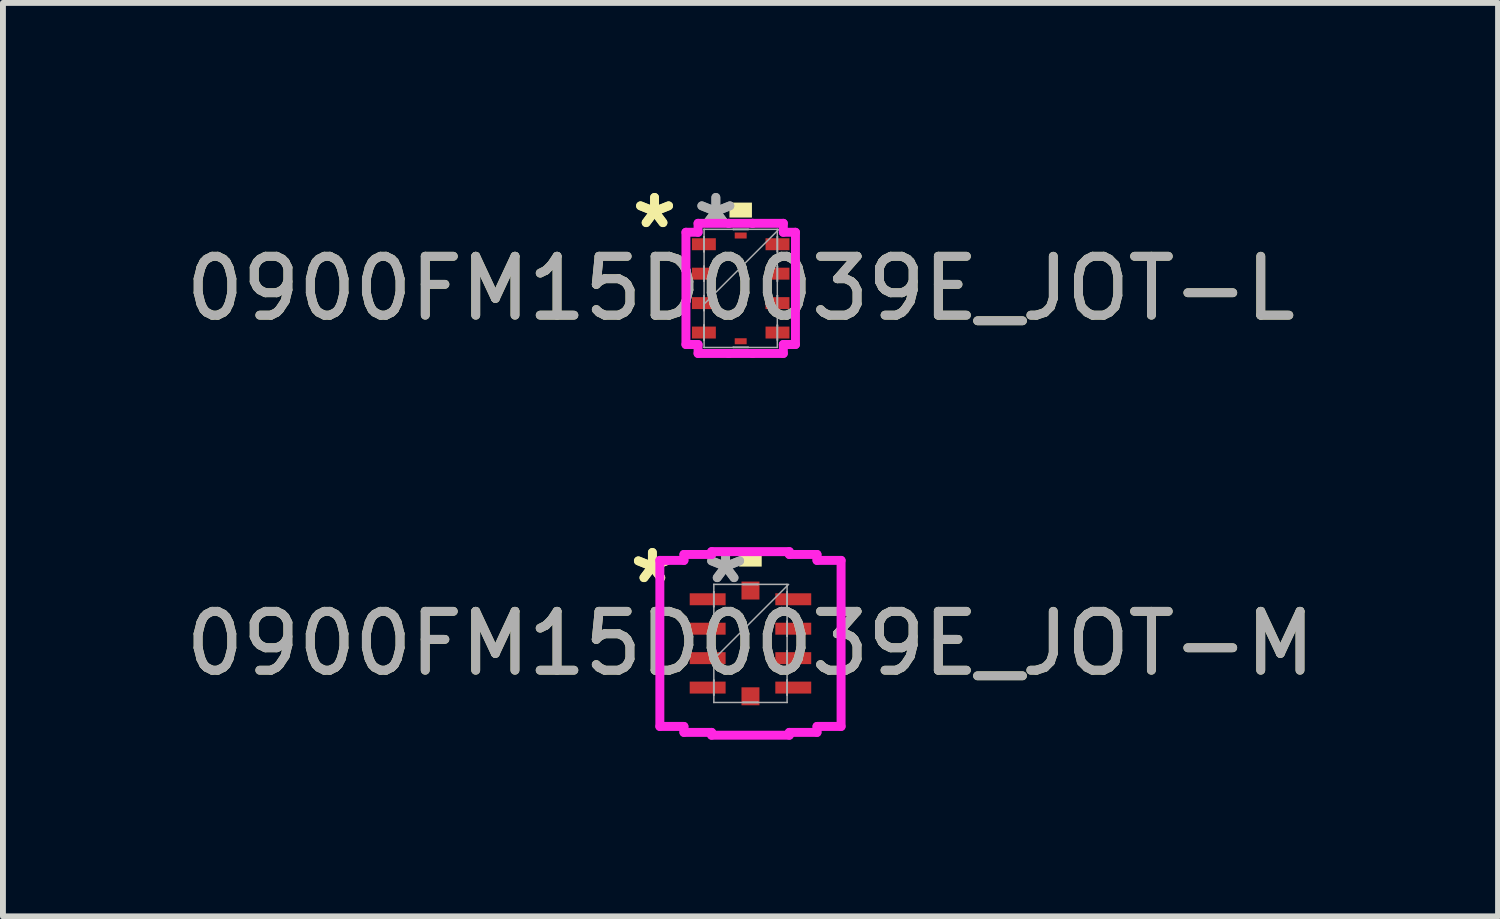
<source format=kicad_pcb>
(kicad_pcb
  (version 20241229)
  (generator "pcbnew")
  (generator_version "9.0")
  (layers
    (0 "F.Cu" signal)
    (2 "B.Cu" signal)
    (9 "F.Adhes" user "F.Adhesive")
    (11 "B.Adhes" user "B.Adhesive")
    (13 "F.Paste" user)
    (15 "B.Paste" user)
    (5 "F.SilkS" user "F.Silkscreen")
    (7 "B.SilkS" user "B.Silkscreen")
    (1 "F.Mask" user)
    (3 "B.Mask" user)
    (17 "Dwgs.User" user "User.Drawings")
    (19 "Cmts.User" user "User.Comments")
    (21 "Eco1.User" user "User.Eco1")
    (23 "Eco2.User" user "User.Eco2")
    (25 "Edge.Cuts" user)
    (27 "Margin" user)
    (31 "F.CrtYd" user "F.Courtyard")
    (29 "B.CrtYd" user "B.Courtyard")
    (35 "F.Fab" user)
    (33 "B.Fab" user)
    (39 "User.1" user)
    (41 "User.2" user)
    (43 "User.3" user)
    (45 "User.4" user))
  (footprint "0900FM15D0039E_JOT-L"
    (layer "F.Cu")
    (at 9.53 1.848)
    (property "Reference" "0900FM15D0039E_JOT-L" (at 0 0 0) (unlocked yes) (layer "F.SilkS") (effects (font (size 1 1) (thickness 0.15))))
    (attr smd)
    (fp_poly (pts (xy -0.191 -1.203) (xy -0.191 -1.457) (xy 0.191 -1.457) (xy 0.191 -1.203)) (stroke (width 0) (type solid)) (fill yes) (layer "F.SilkS"))
    (fp_line (start -0.93 -0.953) (end -0.724 -0.953) (stroke (width 0.152) (type solid)) (layer "F.CrtYd"))
    (fp_line (start -0.93 0.953) (end -0.93 -0.953) (stroke (width 0.152) (type solid)) (layer "F.CrtYd"))
    (fp_line (start -0.724 -1.105) (end -0.203 -1.105) (stroke (width 0.152) (type solid)) (layer "F.CrtYd"))
    (fp_line (start -0.724 -0.953) (end -0.724 -1.105) (stroke (width 0.152) (type solid)) (layer "F.CrtYd"))
    (fp_line (start -0.724 0.953) (end -0.93 0.953) (stroke (width 0.152) (type solid)) (layer "F.CrtYd"))
    (fp_line (start -0.724 1.105) (end -0.724 0.953) (stroke (width 0.152) (type solid)) (layer "F.CrtYd"))
    (fp_line (start -0.203 -1.105) (end -0.203 -1.105) (stroke (width 0.152) (type solid)) (layer "F.CrtYd"))
    (fp_line (start -0.203 -1.105) (end 0.203 -1.105) (stroke (width 0.152) (type solid)) (layer "F.CrtYd"))
    (fp_line (start -0.203 1.105) (end -0.724 1.105) (stroke (width 0.152) (type solid)) (layer "F.CrtYd"))
    (fp_line (start -0.203 1.105) (end -0.203 1.105) (stroke (width 0.152) (type solid)) (layer "F.CrtYd"))
    (fp_line (start 0.203 -1.105) (end 0.203 -1.105) (stroke (width 0.152) (type solid)) (layer "F.CrtYd"))
    (fp_line (start 0.203 -1.105) (end 0.724 -1.105) (stroke (width 0.152) (type solid)) (layer "F.CrtYd"))
    (fp_line (start 0.203 1.105) (end -0.203 1.105) (stroke (width 0.152) (type solid)) (layer "F.CrtYd"))
    (fp_line (start 0.203 1.105) (end 0.203 1.105) (stroke (width 0.152) (type solid)) (layer "F.CrtYd"))
    (fp_line (start 0.724 -1.105) (end 0.724 -0.953) (stroke (width 0.152) (type solid)) (layer "F.CrtYd"))
    (fp_line (start 0.724 -0.953) (end 0.93 -0.953) (stroke (width 0.152) (type solid)) (layer "F.CrtYd"))
    (fp_line (start 0.724 0.953) (end 0.724 1.105) (stroke (width 0.152) (type solid)) (layer "F.CrtYd"))
    (fp_line (start 0.724 1.105) (end 0.203 1.105) (stroke (width 0.152) (type solid)) (layer "F.CrtYd"))
    (fp_line (start 0.93 -0.953) (end 0.93 0.953) (stroke (width 0.152) (type solid)) (layer "F.CrtYd"))
    (fp_line (start 0.93 0.953) (end 0.724 0.953) (stroke (width 0.152) (type solid)) (layer "F.CrtYd"))
    (fp_line (start -0.625 -0.877) (end -0.625 -0.623) (stroke (width 0.025) (type solid)) (layer "F.Fab"))
    (fp_line (start -0.625 -0.623) (end -0.622 -0.623) (stroke (width 0.025) (type solid)) (layer "F.Fab"))
    (fp_line (start -0.625 -0.377) (end -0.625 -0.123) (stroke (width 0.025) (type solid)) (layer "F.Fab"))
    (fp_line (start -0.625 -0.123) (end -0.622 -0.123) (stroke (width 0.025) (type solid)) (layer "F.Fab"))
    (fp_line (start -0.625 0.123) (end -0.625 0.377) (stroke (width 0.025) (type solid)) (layer "F.Fab"))
    (fp_line (start -0.625 0.377) (end -0.622 0.377) (stroke (width 0.025) (type solid)) (layer "F.Fab"))
    (fp_line (start -0.625 0.623) (end -0.625 0.877) (stroke (width 0.025) (type solid)) (layer "F.Fab"))
    (fp_line (start -0.625 0.877) (end -0.622 0.877) (stroke (width 0.025) (type solid)) (layer "F.Fab"))
    (fp_line (start -0.622 -1.003) (end -0.622 -1.003) (stroke (width 0.025) (type solid)) (layer "F.Fab"))
    (fp_line (start -0.622 -1.003) (end -0.622 1.003) (stroke (width 0.025) (type solid)) (layer "F.Fab"))
    (fp_line (start -0.622 -0.877) (end -0.625 -0.877) (stroke (width 0.025) (type solid)) (layer "F.Fab"))
    (fp_line (start -0.622 -0.623) (end -0.622 -0.877) (stroke (width 0.025) (type solid)) (layer "F.Fab"))
    (fp_line (start -0.622 -0.377) (end -0.625 -0.377) (stroke (width 0.025) (type solid)) (layer "F.Fab"))
    (fp_line (start -0.622 -0.123) (end -0.622 -0.377) (stroke (width 0.025) (type solid)) (layer "F.Fab"))
    (fp_line (start -0.622 0.123) (end -0.625 0.123) (stroke (width 0.025) (type solid)) (layer "F.Fab"))
    (fp_line (start -0.622 0.267) (end 0.648 -1.003) (stroke (width 0.025) (type solid)) (layer "F.Fab"))
    (fp_line (start -0.622 0.377) (end -0.622 0.123) (stroke (width 0.025) (type solid)) (layer "F.Fab"))
    (fp_line (start -0.622 0.623) (end -0.625 0.623) (stroke (width 0.025) (type solid)) (layer "F.Fab"))
    (fp_line (start -0.622 0.877) (end -0.622 0.623) (stroke (width 0.025) (type solid)) (layer "F.Fab"))
    (fp_line (start -0.622 1.003) (end -0.622 1.003) (stroke (width 0.025) (type solid)) (layer "F.Fab"))
    (fp_line (start -0.622 1.003) (end 0.622 1.003) (stroke (width 0.025) (type solid)) (layer "F.Fab"))
    (fp_line (start -0.127 -1.003) (end 0.127 -1.003) (stroke (width 0.025) (type solid)) (layer "F.Fab"))
    (fp_line (start -0.127 -1) (end -0.127 -1.003) (stroke (width 0.025) (type solid)) (layer "F.Fab"))
    (fp_line (start -0.127 1) (end 0.127 1) (stroke (width 0.025) (type solid)) (layer "F.Fab"))
    (fp_line (start -0.127 1.003) (end -0.127 1) (stroke (width 0.025) (type solid)) (layer "F.Fab"))
    (fp_line (start 0.127 -1.003) (end 0.127 -1) (stroke (width 0.025) (type solid)) (layer "F.Fab"))
    (fp_line (start 0.127 -1) (end -0.127 -1) (stroke (width 0.025) (type solid)) (layer "F.Fab"))
    (fp_line (start 0.127 1) (end 0.127 1.003) (stroke (width 0.025) (type solid)) (layer "F.Fab"))
    (fp_line (start 0.127 1.003) (end -0.127 1.003) (stroke (width 0.025) (type solid)) (layer "F.Fab"))
    (fp_line (start 0.622 -1.003) (end -0.622 -1.003) (stroke (width 0.025) (type solid)) (layer "F.Fab"))
    (fp_line (start 0.622 -1.003) (end 0.622 -1.003) (stroke (width 0.025) (type solid)) (layer "F.Fab"))
    (fp_line (start 0.622 -0.877) (end 0.622 -0.623) (stroke (width 0.025) (type solid)) (layer "F.Fab"))
    (fp_line (start 0.622 -0.623) (end 0.625 -0.623) (stroke (width 0.025) (type solid)) (layer "F.Fab"))
    (fp_line (start 0.622 -0.377) (end 0.622 -0.123) (stroke (width 0.025) (type solid)) (layer "F.Fab"))
    (fp_line (start 0.622 -0.123) (end 0.625 -0.123) (stroke (width 0.025) (type solid)) (layer "F.Fab"))
    (fp_line (start 0.622 0.123) (end 0.622 0.377) (stroke (width 0.025) (type solid)) (layer "F.Fab"))
    (fp_line (start 0.622 0.377) (end 0.625 0.377) (stroke (width 0.025) (type solid)) (layer "F.Fab"))
    (fp_line (start 0.622 0.623) (end 0.622 0.877) (stroke (width 0.025) (type solid)) (layer "F.Fab"))
    (fp_line (start 0.622 0.877) (end 0.625 0.877) (stroke (width 0.025) (type solid)) (layer "F.Fab"))
    (fp_line (start 0.622 1.003) (end 0.622 -1.003) (stroke (width 0.025) (type solid)) (layer "F.Fab"))
    (fp_line (start 0.622 1.003) (end 0.622 1.003) (stroke (width 0.025) (type solid)) (layer "F.Fab"))
    (fp_line (start 0.625 -0.877) (end 0.622 -0.877) (stroke (width 0.025) (type solid)) (layer "F.Fab"))
    (fp_line (start 0.625 -0.623) (end 0.625 -0.877) (stroke (width 0.025) (type solid)) (layer "F.Fab"))
    (fp_line (start 0.625 -0.377) (end 0.622 -0.377) (stroke (width 0.025) (type solid)) (layer "F.Fab"))
    (fp_line (start 0.625 -0.123) (end 0.625 -0.377) (stroke (width 0.025) (type solid)) (layer "F.Fab"))
    (fp_line (start 0.625 0.123) (end 0.622 0.123) (stroke (width 0.025) (type solid)) (layer "F.Fab"))
    (fp_line (start 0.625 0.377) (end 0.625 0.123) (stroke (width 0.025) (type solid)) (layer "F.Fab"))
    (fp_line (start 0.625 0.623) (end 0.622 0.623) (stroke (width 0.025) (type solid)) (layer "F.Fab"))
    (fp_line (start 0.625 0.877) (end 0.625 0.623) (stroke (width 0.025) (type solid)) (layer "F.Fab"))
    (fp_text user "*" (at -1.463 -1 0) (unlocked yes) (layer "F.SilkS") (effects (font (size 1 1) (thickness 0.15))))
    (fp_text user "*" (at -1.463 -1 0) (layer "F.SilkS") (effects (font (size 1 1) (thickness 0.15))))
    (fp_text user "*" (at -0.422 -1 0) (unlocked yes) (layer "F.Fab") (effects (font (size 1 1) (thickness 0.15))))
    (fp_text user "*" (at -0.422 -1 0) (layer "F.Fab") (effects (font (size 1 1) (thickness 0.15))))
    (fp_text user "${REFERENCE}" (at 0 0 0) (unlocked yes) (layer "F.Fab") (effects (font (size 1 1) (thickness 0.15))))
    (pad "1" smd rect (at -0.625 -0.75 90) (size 0.203 0.406) (layers "F.Cu" "F.Mask" "F.Paste"))
    (pad "2" smd rect (at -0.625 -0.25 90) (size 0.203 0.406) (layers "F.Cu" "F.Mask" "F.Paste"))
    (pad "3" smd rect (at -0.625 0.25 90) (size 0.203 0.406) (layers "F.Cu" "F.Mask" "F.Paste"))
    (pad "4" smd rect (at -0.625 0.75 90) (size 0.203 0.406) (layers "F.Cu" "F.Mask" "F.Paste"))
    (pad "5" smd rect (at 0 0.898) (size 0.203 0.102) (layers "F.Cu" "F.Mask" "F.Paste"))
    (pad "6" smd rect (at 0.625 0.75 90) (size 0.203 0.406) (layers "F.Cu" "F.Mask" "F.Paste"))
    (pad "7" smd rect (at 0.625 0.25 90) (size 0.203 0.406) (layers "F.Cu" "F.Mask" "F.Paste"))
    (pad "8" smd rect (at 0.625 -0.25 90) (size 0.203 0.406) (layers "F.Cu" "F.Mask" "F.Paste"))
    (pad "9" smd rect (at 0.625 -0.75 90) (size 0.203 0.406) (layers "F.Cu" "F.Mask" "F.Paste"))
    (pad "10" smd rect (at 0 -0.898) (size 0.203 0.102) (layers "F.Cu" "F.Mask" "F.Paste")))
  (footprint "0900FM15D0039E_JOT-M"
    (layer "F.Cu")
    (at 9.696 7.878)
    (property "Reference" "0900FM15D0039E_JOT-M" (at 0 0 0) (unlocked yes) (layer "F.SilkS") (effects (font (size 1 1) (thickness 0.15))))
    (attr smd)
    (fp_poly (pts (xy -0.191 -1.305) (xy -0.191 -1.559) (xy 0.191 -1.559) (xy 0.191 -1.305)) (stroke (width 0) (type solid)) (fill yes) (layer "F.SilkS"))
    (fp_line (start -1.539 -1.41) (end -1.13 -1.41) (stroke (width 0.152) (type solid)) (layer "F.CrtYd"))
    (fp_line (start -1.539 1.41) (end -1.539 -1.41) (stroke (width 0.152) (type solid)) (layer "F.CrtYd"))
    (fp_line (start -1.13 -1.511) (end -0.66 -1.511) (stroke (width 0.152) (type solid)) (layer "F.CrtYd"))
    (fp_line (start -1.13 -1.41) (end -1.13 -1.511) (stroke (width 0.152) (type solid)) (layer "F.CrtYd"))
    (fp_line (start -1.13 1.41) (end -1.539 1.41) (stroke (width 0.152) (type solid)) (layer "F.CrtYd"))
    (fp_line (start -1.13 1.511) (end -1.13 1.41) (stroke (width 0.152) (type solid)) (layer "F.CrtYd"))
    (fp_line (start -0.66 -1.559) (end 0.66 -1.559) (stroke (width 0.152) (type solid)) (layer "F.CrtYd"))
    (fp_line (start -0.66 -1.511) (end -0.66 -1.559) (stroke (width 0.152) (type solid)) (layer "F.CrtYd"))
    (fp_line (start -0.66 1.511) (end -1.13 1.511) (stroke (width 0.152) (type solid)) (layer "F.CrtYd"))
    (fp_line (start -0.66 1.559) (end -0.66 1.511) (stroke (width 0.152) (type solid)) (layer "F.CrtYd"))
    (fp_line (start 0.66 -1.559) (end 0.66 -1.511) (stroke (width 0.152) (type solid)) (layer "F.CrtYd"))
    (fp_line (start 0.66 -1.511) (end 1.13 -1.511) (stroke (width 0.152) (type solid)) (layer "F.CrtYd"))
    (fp_line (start 0.66 1.511) (end 0.66 1.559) (stroke (width 0.152) (type solid)) (layer "F.CrtYd"))
    (fp_line (start 0.66 1.559) (end -0.66 1.559) (stroke (width 0.152) (type solid)) (layer "F.CrtYd"))
    (fp_line (start 1.13 -1.511) (end 1.13 -1.41) (stroke (width 0.152) (type solid)) (layer "F.CrtYd"))
    (fp_line (start 1.13 -1.41) (end 1.539 -1.41) (stroke (width 0.152) (type solid)) (layer "F.CrtYd"))
    (fp_line (start 1.13 1.41) (end 1.13 1.511) (stroke (width 0.152) (type solid)) (layer "F.CrtYd"))
    (fp_line (start 1.13 1.511) (end 0.66 1.511) (stroke (width 0.152) (type solid)) (layer "F.CrtYd"))
    (fp_line (start 1.539 -1.41) (end 1.539 1.41) (stroke (width 0.152) (type solid)) (layer "F.CrtYd"))
    (fp_line (start 1.539 1.41) (end 1.13 1.41) (stroke (width 0.152) (type solid)) (layer "F.CrtYd"))
    (fp_line (start -0.625 -0.877) (end -0.625 -0.623) (stroke (width 0.025) (type solid)) (layer "F.Fab"))
    (fp_line (start -0.625 -0.623) (end -0.622 -0.623) (stroke (width 0.025) (type solid)) (layer "F.Fab"))
    (fp_line (start -0.625 -0.377) (end -0.625 -0.123) (stroke (width 0.025) (type solid)) (layer "F.Fab"))
    (fp_line (start -0.625 -0.123) (end -0.622 -0.123) (stroke (width 0.025) (type solid)) (layer "F.Fab"))
    (fp_line (start -0.625 0.123) (end -0.625 0.377) (stroke (width 0.025) (type solid)) (layer "F.Fab"))
    (fp_line (start -0.625 0.377) (end -0.622 0.377) (stroke (width 0.025) (type solid)) (layer "F.Fab"))
    (fp_line (start -0.625 0.623) (end -0.625 0.877) (stroke (width 0.025) (type solid)) (layer "F.Fab"))
    (fp_line (start -0.625 0.877) (end -0.622 0.877) (stroke (width 0.025) (type solid)) (layer "F.Fab"))
    (fp_line (start -0.622 -1.003) (end -0.622 -1.003) (stroke (width 0.025) (type solid)) (layer "F.Fab"))
    (fp_line (start -0.622 -1.003) (end -0.622 1.003) (stroke (width 0.025) (type solid)) (layer "F.Fab"))
    (fp_line (start -0.622 -0.877) (end -0.625 -0.877) (stroke (width 0.025) (type solid)) (layer "F.Fab"))
    (fp_line (start -0.622 -0.623) (end -0.622 -0.877) (stroke (width 0.025) (type solid)) (layer "F.Fab"))
    (fp_line (start -0.622 -0.377) (end -0.625 -0.377) (stroke (width 0.025) (type solid)) (layer "F.Fab"))
    (fp_line (start -0.622 -0.123) (end -0.622 -0.377) (stroke (width 0.025) (type solid)) (layer "F.Fab"))
    (fp_line (start -0.622 0.123) (end -0.625 0.123) (stroke (width 0.025) (type solid)) (layer "F.Fab"))
    (fp_line (start -0.622 0.267) (end 0.648 -1.003) (stroke (width 0.025) (type solid)) (layer "F.Fab"))
    (fp_line (start -0.622 0.377) (end -0.622 0.123) (stroke (width 0.025) (type solid)) (layer "F.Fab"))
    (fp_line (start -0.622 0.623) (end -0.625 0.623) (stroke (width 0.025) (type solid)) (layer "F.Fab"))
    (fp_line (start -0.622 0.877) (end -0.622 0.623) (stroke (width 0.025) (type solid)) (layer "F.Fab"))
    (fp_line (start -0.622 1.003) (end -0.622 1.003) (stroke (width 0.025) (type solid)) (layer "F.Fab"))
    (fp_line (start -0.622 1.003) (end 0.622 1.003) (stroke (width 0.025) (type solid)) (layer "F.Fab"))
    (fp_line (start -0.127 -1.003) (end 0.127 -1.003) (stroke (width 0.025) (type solid)) (layer "F.Fab"))
    (fp_line (start -0.127 -1) (end -0.127 -1.003) (stroke (width 0.025) (type solid)) (layer "F.Fab"))
    (fp_line (start -0.127 1) (end 0.127 1) (stroke (width 0.025) (type solid)) (layer "F.Fab"))
    (fp_line (start -0.127 1.003) (end -0.127 1) (stroke (width 0.025) (type solid)) (layer "F.Fab"))
    (fp_line (start 0.127 -1.003) (end 0.127 -1) (stroke (width 0.025) (type solid)) (layer "F.Fab"))
    (fp_line (start 0.127 -1) (end -0.127 -1) (stroke (width 0.025) (type solid)) (layer "F.Fab"))
    (fp_line (start 0.127 1) (end 0.127 1.003) (stroke (width 0.025) (type solid)) (layer "F.Fab"))
    (fp_line (start 0.127 1.003) (end -0.127 1.003) (stroke (width 0.025) (type solid)) (layer "F.Fab"))
    (fp_line (start 0.622 -1.003) (end -0.622 -1.003) (stroke (width 0.025) (type solid)) (layer "F.Fab"))
    (fp_line (start 0.622 -1.003) (end 0.622 -1.003) (stroke (width 0.025) (type solid)) (layer "F.Fab"))
    (fp_line (start 0.622 -0.877) (end 0.622 -0.623) (stroke (width 0.025) (type solid)) (layer "F.Fab"))
    (fp_line (start 0.622 -0.623) (end 0.625 -0.623) (stroke (width 0.025) (type solid)) (layer "F.Fab"))
    (fp_line (start 0.622 -0.377) (end 0.622 -0.123) (stroke (width 0.025) (type solid)) (layer "F.Fab"))
    (fp_line (start 0.622 -0.123) (end 0.625 -0.123) (stroke (width 0.025) (type solid)) (layer "F.Fab"))
    (fp_line (start 0.622 0.123) (end 0.622 0.377) (stroke (width 0.025) (type solid)) (layer "F.Fab"))
    (fp_line (start 0.622 0.377) (end 0.625 0.377) (stroke (width 0.025) (type solid)) (layer "F.Fab"))
    (fp_line (start 0.622 0.623) (end 0.622 0.877) (stroke (width 0.025) (type solid)) (layer "F.Fab"))
    (fp_line (start 0.622 0.877) (end 0.625 0.877) (stroke (width 0.025) (type solid)) (layer "F.Fab"))
    (fp_line (start 0.622 1.003) (end 0.622 -1.003) (stroke (width 0.025) (type solid)) (layer "F.Fab"))
    (fp_line (start 0.622 1.003) (end 0.622 1.003) (stroke (width 0.025) (type solid)) (layer "F.Fab"))
    (fp_line (start 0.625 -0.877) (end 0.622 -0.877) (stroke (width 0.025) (type solid)) (layer "F.Fab"))
    (fp_line (start 0.625 -0.623) (end 0.625 -0.877) (stroke (width 0.025) (type solid)) (layer "F.Fab"))
    (fp_line (start 0.625 -0.377) (end 0.622 -0.377) (stroke (width 0.025) (type solid)) (layer "F.Fab"))
    (fp_line (start 0.625 -0.123) (end 0.625 -0.377) (stroke (width 0.025) (type solid)) (layer "F.Fab"))
    (fp_line (start 0.625 0.123) (end 0.622 0.123) (stroke (width 0.025) (type solid)) (layer "F.Fab"))
    (fp_line (start 0.625 0.377) (end 0.625 0.123) (stroke (width 0.025) (type solid)) (layer "F.Fab"))
    (fp_line (start 0.625 0.623) (end 0.622 0.623) (stroke (width 0.025) (type solid)) (layer "F.Fab"))
    (fp_line (start 0.625 0.877) (end 0.625 0.623) (stroke (width 0.025) (type solid)) (layer "F.Fab"))
    (fp_text user "*" (at -1.666 -1 0) (layer "F.SilkS") (effects (font (size 1 1) (thickness 0.15))))
    (fp_text user "*" (at -1.666 -1 0) (unlocked yes) (layer "F.SilkS") (effects (font (size 1 1) (thickness 0.15))))
    (fp_text user "${REFERENCE}" (at 0 0 0) (unlocked yes) (layer "F.Fab") (effects (font (size 1 1) (thickness 0.15))))
    (fp_text user "*" (at -0.422 -1 0) (unlocked yes) (layer "F.Fab") (effects (font (size 1 1) (thickness 0.15))))
    (fp_text user "*" (at -0.422 -1 0) (layer "F.Fab") (effects (font (size 1 1) (thickness 0.15))))
    (pad "1" smd rect (at -0.727 -0.75 90) (size 0.203 0.61) (layers "F.Cu" "F.Mask" "F.Paste"))
    (pad "2" smd rect (at -0.727 -0.25 90) (size 0.203 0.61) (layers "F.Cu" "F.Mask" "F.Paste"))
    (pad "3" smd rect (at -0.727 0.25 90) (size 0.203 0.61) (layers "F.Cu" "F.Mask" "F.Paste"))
    (pad "4" smd rect (at -0.727 0.75 90) (size 0.203 0.61) (layers "F.Cu" "F.Mask" "F.Paste"))
    (pad "5" smd rect (at 0 0.898) (size 0.305 0.305) (layers "F.Cu" "F.Mask" "F.Paste"))
    (pad "6" smd rect (at 0.727 0.75 90) (size 0.203 0.61) (layers "F.Cu" "F.Mask" "F.Paste"))
    (pad "7" smd rect (at 0.727 0.25 90) (size 0.203 0.61) (layers "F.Cu" "F.Mask" "F.Paste"))
    (pad "8" smd rect (at 0.727 -0.25 90) (size 0.203 0.61) (layers "F.Cu" "F.Mask" "F.Paste"))
    (pad "9" smd rect (at 0.727 -0.75 90) (size 0.203 0.61) (layers "F.Cu" "F.Mask" "F.Paste"))
    (pad "10" smd rect (at 0 -0.898) (size 0.305 0.305) (layers "F.Cu" "F.Mask" "F.Paste")))
  (gr_rect
    (start -3 -3)
    (end 22.393 12.513)
    (stroke (width 0.1) (type default))
    (fill no)
    (layer "Edge.Cuts")))
</source>
